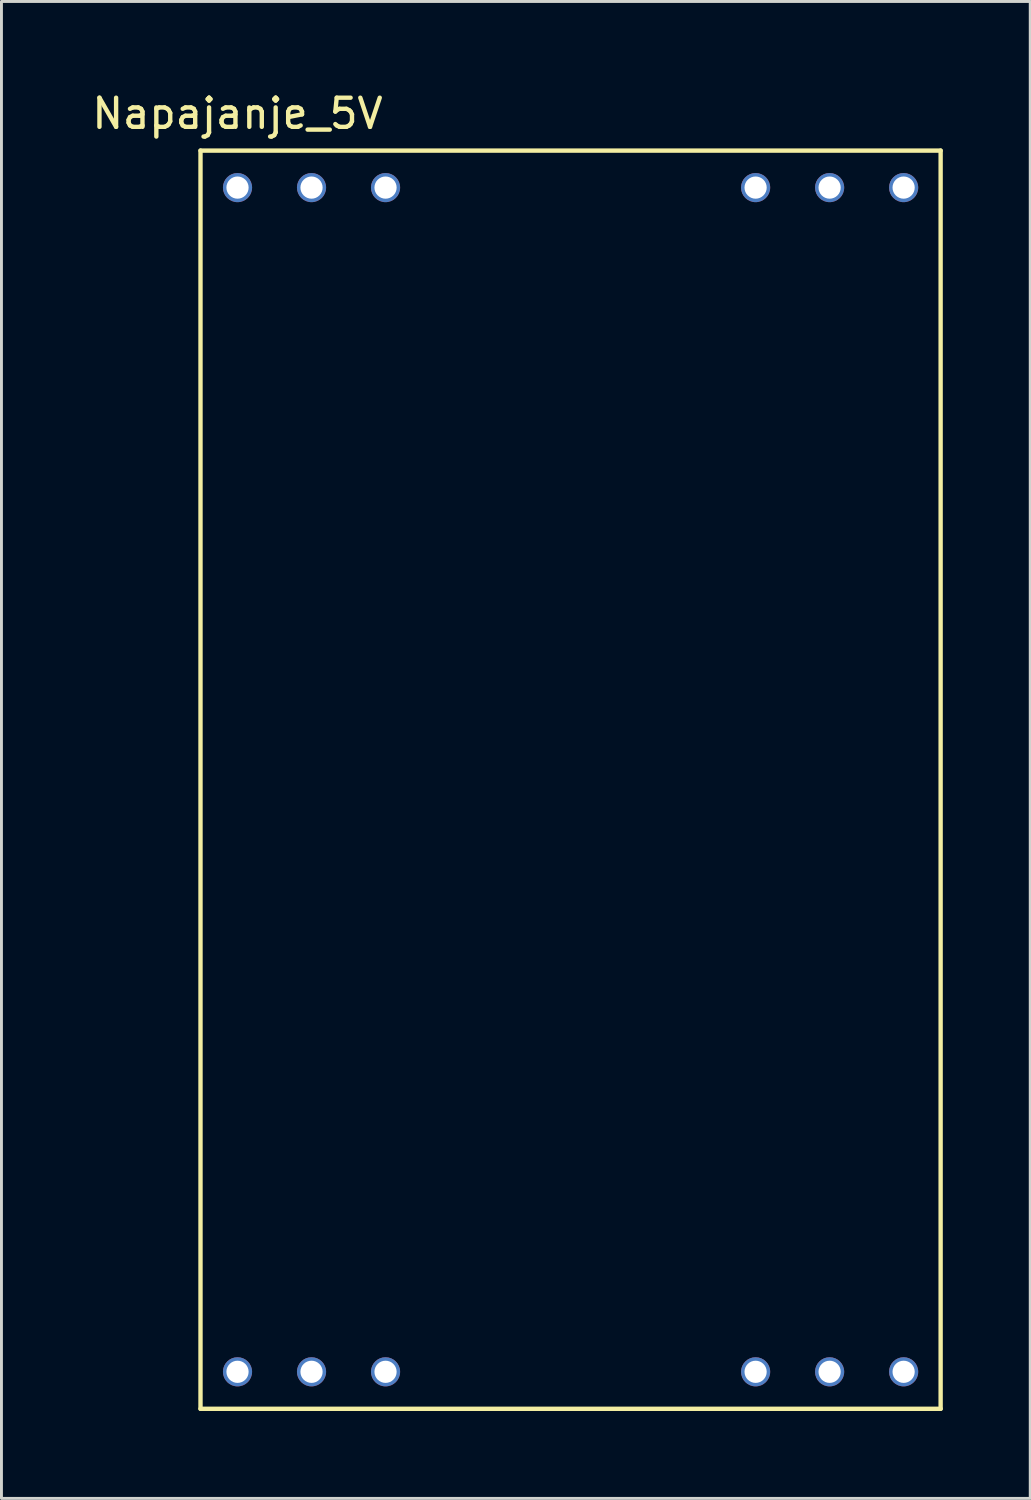
<source format=kicad_pcb>
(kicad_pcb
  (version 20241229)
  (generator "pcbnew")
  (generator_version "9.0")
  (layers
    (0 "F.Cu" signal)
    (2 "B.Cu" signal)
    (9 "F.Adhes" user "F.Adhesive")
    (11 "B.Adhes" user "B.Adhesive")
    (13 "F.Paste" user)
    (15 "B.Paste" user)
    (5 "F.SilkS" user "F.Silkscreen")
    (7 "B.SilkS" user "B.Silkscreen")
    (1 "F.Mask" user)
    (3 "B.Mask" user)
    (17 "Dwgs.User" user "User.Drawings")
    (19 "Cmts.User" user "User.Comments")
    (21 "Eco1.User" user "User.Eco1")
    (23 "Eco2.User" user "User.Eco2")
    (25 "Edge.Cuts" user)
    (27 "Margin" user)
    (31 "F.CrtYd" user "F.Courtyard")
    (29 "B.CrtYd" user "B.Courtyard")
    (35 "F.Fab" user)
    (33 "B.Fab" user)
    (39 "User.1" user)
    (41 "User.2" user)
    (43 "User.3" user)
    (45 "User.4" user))
  (footprint "Napajanje_5V"
    (layer "F.Cu")
    (at 5.101 44.028)
    (property "Reference" "Napajanje_5V" (at 0 -43.18 0) (layer "F.SilkS") (effects (font (size 1 1) (thickness 0.15))))
    (attr through_hole)
    (fp_line (start -1.27 -41.91) (end -1.27 1.27) (stroke (width 0.15) (type solid)) (layer "F.SilkS"))
    (fp_line (start -1.27 1.27) (end 24.13 1.27) (stroke (width 0.15) (type solid)) (layer "F.SilkS"))
    (fp_line (start 24.13 -41.91) (end -1.27 -41.91) (stroke (width 0.15) (type solid)) (layer "F.SilkS"))
    (fp_line (start 24.13 1.27) (end 24.13 -41.91) (stroke (width 0.15) (type solid)) (layer "F.SilkS"))
    (pad "1" thru_hole circle (at 0 0) (size 1 1) (drill 0.762) (layers "*.Cu" "*.Mask"))
    (pad "1" thru_hole circle (at 2.54 0) (size 1 1) (drill 0.762) (layers "*.Cu" "*.Mask"))
    (pad "1" thru_hole circle (at 5.08 0) (size 1 1) (drill 0.762) (layers "*.Cu" "*.Mask"))
    (pad "2" thru_hole circle (at 17.78 0) (size 1 1) (drill 0.762) (layers "*.Cu" "*.Mask"))
    (pad "2" thru_hole circle (at 20.32 0) (size 1 1) (drill 0.762) (layers "*.Cu" "*.Mask"))
    (pad "2" thru_hole circle (at 22.86 0) (size 1 1) (drill 0.762) (layers "*.Cu" "*.Mask"))
    (pad "3" thru_hole circle (at 0 -40.64) (size 1 1) (drill 0.762) (layers "*.Cu" "*.Mask"))
    (pad "3" thru_hole circle (at 2.54 -40.64) (size 1 1) (drill 0.762) (layers "*.Cu" "*.Mask"))
    (pad "3" thru_hole circle (at 5.08 -40.64) (size 1 1) (drill 0.762) (layers "*.Cu" "*.Mask"))
    (pad "4" thru_hole circle (at 17.78 -40.64) (size 1 1) (drill 0.762) (layers "*.Cu" "*.Mask"))
    (pad "4" thru_hole circle (at 20.32 -40.64) (size 1 1) (drill 0.762) (layers "*.Cu" "*.Mask"))
    (pad "4" thru_hole circle (at 22.86 -40.64) (size 1 1) (drill 0.762) (layers "*.Cu" "*.Mask")))
  (gr_rect
    (start -3 -3)
    (end 32.306 48.373)
    (stroke (width 0.1) (type default))
    (fill no)
    (layer "Edge.Cuts")))
</source>
